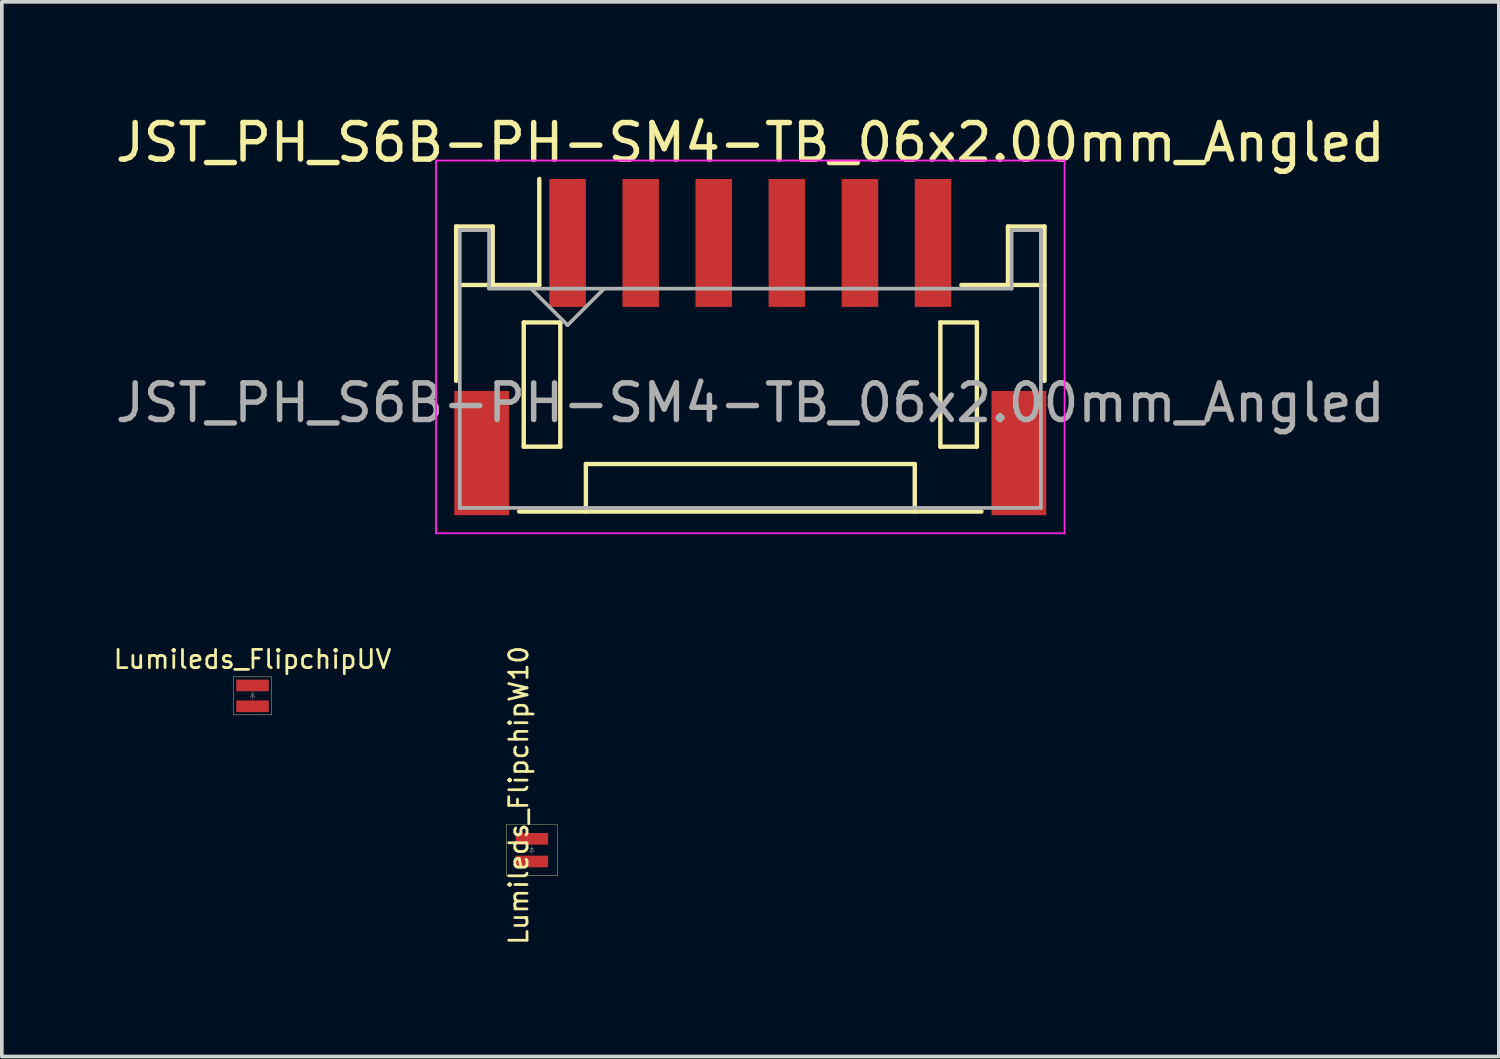
<source format=kicad_pcb>
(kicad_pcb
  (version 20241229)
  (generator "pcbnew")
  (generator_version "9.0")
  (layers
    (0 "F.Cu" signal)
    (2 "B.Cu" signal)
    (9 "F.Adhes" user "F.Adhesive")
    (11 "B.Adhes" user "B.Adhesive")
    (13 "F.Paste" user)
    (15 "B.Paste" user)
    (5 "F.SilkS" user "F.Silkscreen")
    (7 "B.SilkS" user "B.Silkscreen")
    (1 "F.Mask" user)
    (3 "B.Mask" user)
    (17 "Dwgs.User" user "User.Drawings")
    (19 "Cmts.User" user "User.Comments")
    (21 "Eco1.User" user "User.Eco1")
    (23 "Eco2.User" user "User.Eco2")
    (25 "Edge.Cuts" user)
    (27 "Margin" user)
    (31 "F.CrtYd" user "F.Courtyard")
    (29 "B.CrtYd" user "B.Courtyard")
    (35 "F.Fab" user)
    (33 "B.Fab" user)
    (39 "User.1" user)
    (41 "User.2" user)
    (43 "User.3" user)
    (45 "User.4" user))
  (footprint "JST_PH_S6B-PH-SM4-TB_06x2.00mm_Angled"
    (layer "F.Cu")
    (at 17.482 6.473)
    (property "Reference" "JST_PH_S6B-PH-SM4-TB_06x2.00mm_Angled" (at 0 -5.625 0) (layer "F.SilkS") (effects (font (size 1 1) (thickness 0.15))))
    (attr smd)
    (fp_line (start -8.05 -3.325) (end -8.05 0.9) (stroke (width 0.12) (type solid)) (layer "F.SilkS"))
    (fp_line (start -8.05 -1.725) (end -7.05 -1.725) (stroke (width 0.12) (type solid)) (layer "F.SilkS"))
    (fp_line (start -7.05 -3.325) (end -8.05 -3.325) (stroke (width 0.12) (type solid)) (layer "F.SilkS"))
    (fp_line (start -7.05 -1.725) (end -7.05 -3.325) (stroke (width 0.12) (type solid)) (layer "F.SilkS"))
    (fp_line (start -6.325 4.475) (end 6.325 4.475) (stroke (width 0.12) (type solid)) (layer "F.SilkS"))
    (fp_line (start -6.2 -0.7) (end -6.2 2.7) (stroke (width 0.12) (type solid)) (layer "F.SilkS"))
    (fp_line (start -6.2 2.7) (end -5.2 2.7) (stroke (width 0.12) (type solid)) (layer "F.SilkS"))
    (fp_line (start -5.775 -1.725) (end -7.05 -1.725) (stroke (width 0.12) (type solid)) (layer "F.SilkS"))
    (fp_line (start -5.775 -1.725) (end -5.775 -4.625) (stroke (width 0.12) (type solid)) (layer "F.SilkS"))
    (fp_line (start -5.2 -0.7) (end -6.2 -0.7) (stroke (width 0.12) (type solid)) (layer "F.SilkS"))
    (fp_line (start -5.2 2.7) (end -5.2 -0.7) (stroke (width 0.12) (type solid)) (layer "F.SilkS"))
    (fp_line (start -4.5 3.175) (end 4.5 3.175) (stroke (width 0.12) (type solid)) (layer "F.SilkS"))
    (fp_line (start -4.5 4.475) (end -4.5 3.175) (stroke (width 0.12) (type solid)) (layer "F.SilkS"))
    (fp_line (start 4.5 3.175) (end 4.5 4.475) (stroke (width 0.12) (type solid)) (layer "F.SilkS"))
    (fp_line (start 5.2 -0.7) (end 6.2 -0.7) (stroke (width 0.12) (type solid)) (layer "F.SilkS"))
    (fp_line (start 5.2 2.7) (end 5.2 -0.7) (stroke (width 0.12) (type solid)) (layer "F.SilkS"))
    (fp_line (start 6.2 -0.7) (end 6.2 2.7) (stroke (width 0.12) (type solid)) (layer "F.SilkS"))
    (fp_line (start 6.2 2.7) (end 5.2 2.7) (stroke (width 0.12) (type solid)) (layer "F.SilkS"))
    (fp_line (start 7.05 -3.325) (end 7.05 -1.725) (stroke (width 0.12) (type solid)) (layer "F.SilkS"))
    (fp_line (start 7.05 -1.725) (end 5.775 -1.725) (stroke (width 0.12) (type solid)) (layer "F.SilkS"))
    (fp_line (start 8.05 -3.325) (end 7.05 -3.325) (stroke (width 0.12) (type solid)) (layer "F.SilkS"))
    (fp_line (start 8.05 -1.725) (end 7.05 -1.725) (stroke (width 0.12) (type solid)) (layer "F.SilkS"))
    (fp_line (start 8.05 0.9) (end 8.05 -3.325) (stroke (width 0.12) (type solid)) (layer "F.SilkS"))
    (fp_line (start -8.6 -5.13) (end -8.6 5.07) (stroke (width 0.05) (type solid)) (layer "F.CrtYd"))
    (fp_line (start -8.6 5.07) (end 8.6 5.07) (stroke (width 0.05) (type solid)) (layer "F.CrtYd"))
    (fp_line (start 8.6 -5.13) (end -8.6 -5.13) (stroke (width 0.05) (type solid)) (layer "F.CrtYd"))
    (fp_line (start 8.6 5.07) (end 8.6 -5.13) (stroke (width 0.05) (type solid)) (layer "F.CrtYd"))
    (fp_line (start -7.95 -3.225) (end -7.95 4.375) (stroke (width 0.1) (type solid)) (layer "F.Fab"))
    (fp_line (start -7.95 4.375) (end 7.95 4.375) (stroke (width 0.1) (type solid)) (layer "F.Fab"))
    (fp_line (start -7.15 -3.225) (end -7.95 -3.225) (stroke (width 0.1) (type solid)) (layer "F.Fab"))
    (fp_line (start -7.15 -1.625) (end -7.15 -3.225) (stroke (width 0.1) (type solid)) (layer "F.Fab"))
    (fp_line (start -6 -1.625) (end -5 -0.625) (stroke (width 0.1) (type solid)) (layer "F.Fab"))
    (fp_line (start -5 -0.625) (end -4 -1.625) (stroke (width 0.1) (type solid)) (layer "F.Fab"))
    (fp_line (start 7.15 -3.225) (end 7.15 -1.625) (stroke (width 0.1) (type solid)) (layer "F.Fab"))
    (fp_line (start 7.15 -1.625) (end -7.15 -1.625) (stroke (width 0.1) (type solid)) (layer "F.Fab"))
    (fp_line (start 7.95 -3.225) (end 7.15 -3.225) (stroke (width 0.1) (type solid)) (layer "F.Fab"))
    (fp_line (start 7.95 4.375) (end 7.95 -3.225) (stroke (width 0.1) (type solid)) (layer "F.Fab"))
    (fp_text user "${REFERENCE}" (at 0 1.5 0) (layer "F.Fab") (effects (font (size 1 1) (thickness 0.15))))
    (pad "" smd rect (at -7.35 2.875) (size 1.5 3.4) (layers "F.Cu" "F.Mask" "F.Paste"))
    (pad "" smd rect (at 7.35 2.875) (size 1.5 3.4) (layers "F.Cu" "F.Mask" "F.Paste"))
    (pad "1" smd rect (at -5 -2.875) (size 1 3.5) (layers "F.Cu" "F.Mask" "F.Paste"))
    (pad "2" smd rect (at -3 -2.875) (size 1 3.5) (layers "F.Cu" "F.Mask" "F.Paste"))
    (pad "3" smd rect (at -1 -2.875) (size 1 3.5) (layers "F.Cu" "F.Mask" "F.Paste"))
    (pad "4" smd rect (at 1 -2.875) (size 1 3.5) (layers "F.Cu" "F.Mask" "F.Paste"))
    (pad "5" smd rect (at 3 -2.875) (size 1 3.5) (layers "F.Cu" "F.Mask" "F.Paste"))
    (pad "6" smd rect (at 5 -2.875) (size 1 3.5) (layers "F.Cu" "F.Mask" "F.Paste")))
  (footprint "Lumileds_FlipchipUV"
    (layer "F.Cu")
    (at 3.86 15.992)
    (property "Reference" "Lumileds_FlipchipUV" (at 0 -1 0) (layer "F.SilkS") (effects (font (size 0.5 0.5) (thickness 0.075))))
    (attr smd)
    (fp_line (start -0.505 -0.505) (end -0.505 0.505) (stroke (width 0.01) (type solid)) (layer "F.Mask"))
    (fp_line (start -0.505 0.505) (end 0.505 0.505) (stroke (width 0.01) (type solid)) (layer "F.Mask"))
    (fp_line (start 0.505 -0.505) (end -0.505 -0.505) (stroke (width 0.01) (type solid)) (layer "F.Mask"))
    (fp_line (start 0.505 0.505) (end 0.505 -0.505) (stroke (width 0.01) (type solid)) (layer "F.Mask"))
    (fp_line (start -0.52 -0.52) (end -0.52 -0.42) (stroke (width 0.01) (type solid)) (layer "F.SilkS"))
    (fp_line (start -0.52 -0.42) (end -0.52 0.52) (stroke (width 0.01) (type solid)) (layer "F.SilkS"))
    (fp_line (start -0.52 0.52) (end 0.52 0.52) (stroke (width 0.01) (type solid)) (layer "F.SilkS"))
    (fp_line (start 0.52 -0.52) (end -0.52 -0.52) (stroke (width 0.01) (type solid)) (layer "F.SilkS"))
    (fp_line (start 0.52 -0.51) (end 0.52 -0.52) (stroke (width 0.01) (type solid)) (layer "F.SilkS"))
    (fp_line (start 0.52 0.52) (end 0.52 -0.51) (stroke (width 0.01) (type solid)) (layer "F.SilkS"))
    (fp_line (start -0.06 -0.05) (end 0.06 -0.05) (stroke (width 0.01) (type solid)) (layer "F.Fab"))
    (fp_line (start -0.06 0.03) (end 0.06 0.03) (stroke (width 0.01) (type solid)) (layer "F.Fab"))
    (fp_line (start 0 -0.11) (end 0 0.11) (stroke (width 0.01) (type solid)) (layer "F.Fab"))
    (fp_line (start 0 -0.04) (end -0.06 0.03) (stroke (width 0.01) (type solid)) (layer "F.Fab"))
    (fp_line (start 0.06 0.03) (end 0 -0.04) (stroke (width 0.01) (type solid)) (layer "F.Fab"))
    (pad "1" smd rect (at 0 -0.285 270) (size 0.32 0.89) (layers "F.Cu" "F.Mask" "F.Paste"))
    (pad "2" smd rect (at 0 0.285 270) (size 0.32 0.89) (layers "F.Cu" "F.Mask" "F.Paste")))
  (footprint "Lumileds_FlipchipW10"
    (layer "F.Cu")
    (at 11.504 20.214)
    (property "Reference" "Lumileds_FlipchipW10" (at -0.36 -1.5 270) (layer "F.SilkS") (effects (font (size 0.5 0.5) (thickness 0.075))))
    (attr through_hole)
    (fp_line (start -0.5 -0.5) (end 0.5 -0.5) (stroke (width 0.01) (type solid)) (layer "F.Mask"))
    (fp_line (start -0.5 0.5) (end -0.5 -0.5) (stroke (width 0.01) (type solid)) (layer "F.Mask"))
    (fp_line (start 0.5 -0.5) (end 0.5 0.5) (stroke (width 0.01) (type solid)) (layer "F.Mask"))
    (fp_line (start 0.5 0.5) (end -0.5 0.5) (stroke (width 0.01) (type solid)) (layer "F.Mask"))
    (fp_line (start -0.7 -0.7) (end 0.7 -0.7) (stroke (width 0.01) (type solid)) (layer "F.SilkS"))
    (fp_line (start -0.7 0.7) (end -0.7 -0.7) (stroke (width 0.01) (type solid)) (layer "F.SilkS"))
    (fp_line (start 0.7 -0.7) (end 0.7 0.7) (stroke (width 0.01) (type solid)) (layer "F.SilkS"))
    (fp_line (start 0.7 0.7) (end -0.7 0.7) (stroke (width 0.01) (type solid)) (layer "F.SilkS"))
    (fp_line (start -0.06 -0.05) (end 0.06 -0.05) (stroke (width 0.01) (type solid)) (layer "F.Fab"))
    (fp_line (start -0.06 0.03) (end 0.06 0.03) (stroke (width 0.01) (type solid)) (layer "F.Fab"))
    (fp_line (start 0 -0.11) (end 0 0.11) (stroke (width 0.01) (type solid)) (layer "F.Fab"))
    (fp_line (start 0 -0.04) (end -0.06 0.03) (stroke (width 0.01) (type solid)) (layer "F.Fab"))
    (fp_line (start 0.06 0.03) (end 0 -0.04) (stroke (width 0.01) (type solid)) (layer "F.Fab"))
    (pad "1" smd rect (at 0 -0.31 270) (size 0.32 0.89) (layers "F.Cu" "F.Mask" "F.Paste"))
    (pad "2" smd rect (at 0 0.31 270) (size 0.32 0.89) (layers "F.Cu" "F.Mask" "F.Paste")))
  (gr_rect
    (start -3 -3)
    (end 37.964 25.86)
    (stroke (width 0.1) (type default))
    (fill no)
    (layer "Edge.Cuts")))
</source>
